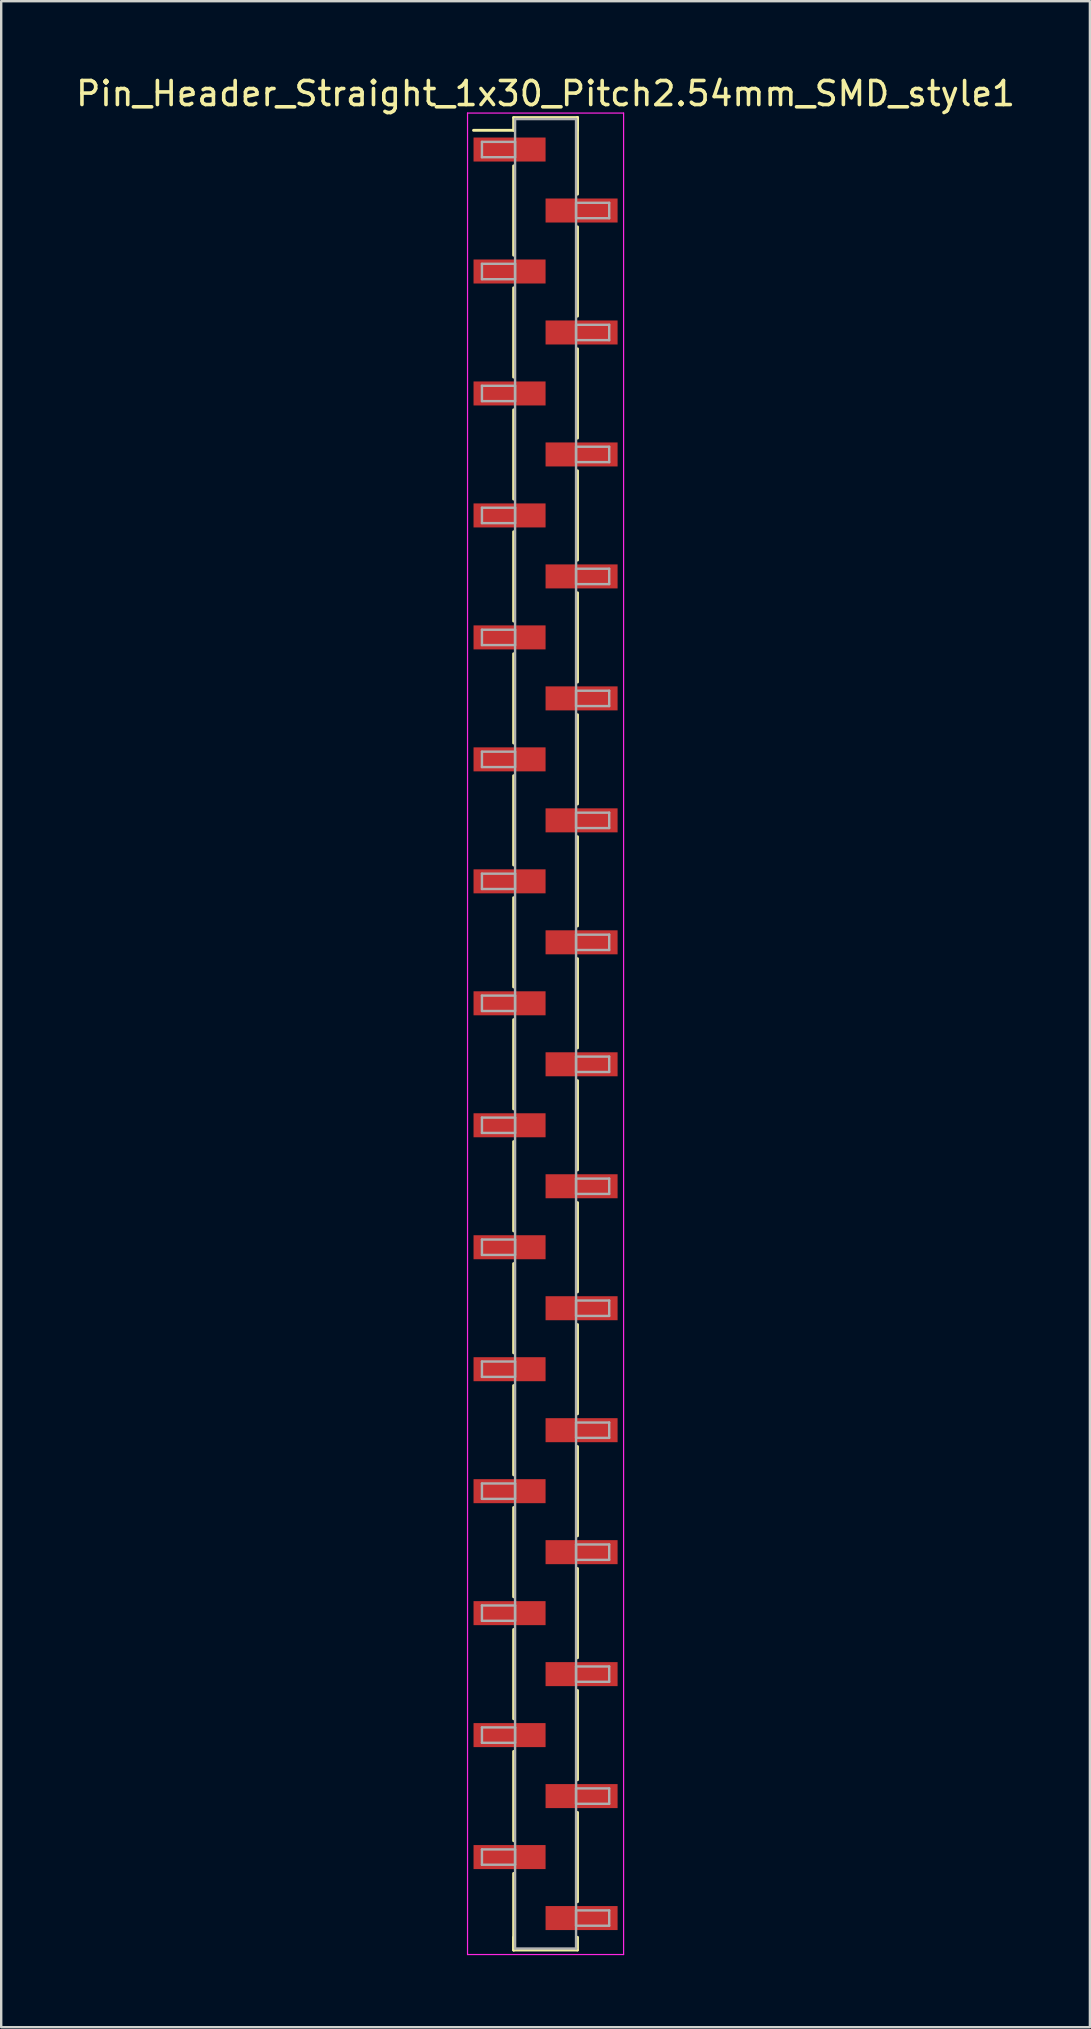
<source format=kicad_pcb>
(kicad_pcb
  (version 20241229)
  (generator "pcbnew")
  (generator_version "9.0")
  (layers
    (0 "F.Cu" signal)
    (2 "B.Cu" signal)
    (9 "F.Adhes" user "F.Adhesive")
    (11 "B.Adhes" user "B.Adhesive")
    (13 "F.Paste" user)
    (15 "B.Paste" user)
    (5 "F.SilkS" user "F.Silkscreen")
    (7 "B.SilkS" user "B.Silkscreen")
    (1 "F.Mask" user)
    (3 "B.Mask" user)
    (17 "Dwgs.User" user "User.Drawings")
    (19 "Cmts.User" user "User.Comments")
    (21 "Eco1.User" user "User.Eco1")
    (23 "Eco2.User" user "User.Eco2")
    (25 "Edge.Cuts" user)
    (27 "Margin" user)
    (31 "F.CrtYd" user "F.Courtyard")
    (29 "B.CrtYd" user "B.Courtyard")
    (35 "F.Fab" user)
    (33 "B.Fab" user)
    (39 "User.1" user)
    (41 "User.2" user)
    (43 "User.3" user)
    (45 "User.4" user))
  (footprint "Pin_Header_Straight_1x30_Pitch2.54mm_SMD_style1"
    (layer "F.Cu")
    (at 19.673 40.008)
    (property "Reference" "Pin_Header_Straight_1x30_Pitch2.54mm_SMD_style1" (at 0 -39.16 0) (layer "F.SilkS") (effects (font (size 1 1) (thickness 0.15))))
    (attr smd)
    (fp_line (start -1.33 -38.16) (end 1.33 -38.16) (stroke (width 0.12) (type solid)) (layer "F.SilkS"))
    (fp_line (start -1.33 -37.63) (end -3 -37.63) (stroke (width 0.12) (type solid)) (layer "F.SilkS"))
    (fp_line (start -1.33 -37.63) (end -1.33 -38.16) (stroke (width 0.12) (type solid)) (layer "F.SilkS"))
    (fp_line (start -1.33 -36.15) (end -1.33 -32.43) (stroke (width 0.12) (type solid)) (layer "F.SilkS"))
    (fp_line (start -1.33 -31.07) (end -1.33 -27.35) (stroke (width 0.12) (type solid)) (layer "F.SilkS"))
    (fp_line (start -1.33 -25.99) (end -1.33 -22.27) (stroke (width 0.12) (type solid)) (layer "F.SilkS"))
    (fp_line (start -1.33 -20.91) (end -1.33 -17.19) (stroke (width 0.12) (type solid)) (layer "F.SilkS"))
    (fp_line (start -1.33 -15.83) (end -1.33 -12.11) (stroke (width 0.12) (type solid)) (layer "F.SilkS"))
    (fp_line (start -1.33 -10.75) (end -1.33 -7.03) (stroke (width 0.12) (type solid)) (layer "F.SilkS"))
    (fp_line (start -1.33 -5.67) (end -1.33 -1.95) (stroke (width 0.12) (type solid)) (layer "F.SilkS"))
    (fp_line (start -1.33 -0.59) (end -1.33 3.13) (stroke (width 0.12) (type solid)) (layer "F.SilkS"))
    (fp_line (start -1.33 4.49) (end -1.33 8.21) (stroke (width 0.12) (type solid)) (layer "F.SilkS"))
    (fp_line (start -1.33 9.57) (end -1.33 13.29) (stroke (width 0.12) (type solid)) (layer "F.SilkS"))
    (fp_line (start -1.33 14.65) (end -1.33 18.37) (stroke (width 0.12) (type solid)) (layer "F.SilkS"))
    (fp_line (start -1.33 19.73) (end -1.33 23.45) (stroke (width 0.12) (type solid)) (layer "F.SilkS"))
    (fp_line (start -1.33 24.81) (end -1.33 28.53) (stroke (width 0.12) (type solid)) (layer "F.SilkS"))
    (fp_line (start -1.33 29.89) (end -1.33 33.61) (stroke (width 0.12) (type solid)) (layer "F.SilkS"))
    (fp_line (start -1.33 34.97) (end -1.33 38.16) (stroke (width 0.12) (type solid)) (layer "F.SilkS"))
    (fp_line (start -1.33 37.63) (end -1.33 38.16) (stroke (width 0.12) (type solid)) (layer "F.SilkS"))
    (fp_line (start -1.33 38.16) (end 1.33 38.16) (stroke (width 0.12) (type solid)) (layer "F.SilkS"))
    (fp_line (start 1.33 -38.16) (end 1.33 -37.63) (stroke (width 0.12) (type solid)) (layer "F.SilkS"))
    (fp_line (start 1.33 -38.16) (end 1.33 -34.97) (stroke (width 0.12) (type solid)) (layer "F.SilkS"))
    (fp_line (start 1.33 -33.61) (end 1.33 -29.89) (stroke (width 0.12) (type solid)) (layer "F.SilkS"))
    (fp_line (start 1.33 -28.53) (end 1.33 -24.81) (stroke (width 0.12) (type solid)) (layer "F.SilkS"))
    (fp_line (start 1.33 -23.45) (end 1.33 -19.73) (stroke (width 0.12) (type solid)) (layer "F.SilkS"))
    (fp_line (start 1.33 -18.37) (end 1.33 -14.65) (stroke (width 0.12) (type solid)) (layer "F.SilkS"))
    (fp_line (start 1.33 -13.29) (end 1.33 -9.57) (stroke (width 0.12) (type solid)) (layer "F.SilkS"))
    (fp_line (start 1.33 -8.21) (end 1.33 -4.49) (stroke (width 0.12) (type solid)) (layer "F.SilkS"))
    (fp_line (start 1.33 -3.13) (end 1.33 0.59) (stroke (width 0.12) (type solid)) (layer "F.SilkS"))
    (fp_line (start 1.33 1.95) (end 1.33 5.67) (stroke (width 0.12) (type solid)) (layer "F.SilkS"))
    (fp_line (start 1.33 7.03) (end 1.33 10.75) (stroke (width 0.12) (type solid)) (layer "F.SilkS"))
    (fp_line (start 1.33 12.11) (end 1.33 15.83) (stroke (width 0.12) (type solid)) (layer "F.SilkS"))
    (fp_line (start 1.33 17.19) (end 1.33 20.91) (stroke (width 0.12) (type solid)) (layer "F.SilkS"))
    (fp_line (start 1.33 22.27) (end 1.33 25.99) (stroke (width 0.12) (type solid)) (layer "F.SilkS"))
    (fp_line (start 1.33 27.35) (end 1.33 31.07) (stroke (width 0.12) (type solid)) (layer "F.SilkS"))
    (fp_line (start 1.33 32.43) (end 1.33 36.15) (stroke (width 0.12) (type solid)) (layer "F.SilkS"))
    (fp_line (start 1.33 38.16) (end 1.33 37.63) (stroke (width 0.12) (type solid)) (layer "F.SilkS"))
    (fp_line (start -3.25 -38.35) (end -3.25 38.35) (stroke (width 0.05) (type solid)) (layer "F.CrtYd"))
    (fp_line (start -3.25 38.35) (end 3.25 38.35) (stroke (width 0.05) (type solid)) (layer "F.CrtYd"))
    (fp_line (start 3.25 -38.35) (end -3.25 -38.35) (stroke (width 0.05) (type solid)) (layer "F.CrtYd"))
    (fp_line (start 3.25 38.35) (end 3.25 -38.35) (stroke (width 0.05) (type solid)) (layer "F.CrtYd"))
    (fp_line (start -2.65 -37.15) (end -1.27 -37.15) (stroke (width 0.1) (type solid)) (layer "F.Fab"))
    (fp_line (start -2.65 -36.51) (end -2.65 -37.15) (stroke (width 0.1) (type solid)) (layer "F.Fab"))
    (fp_line (start -2.65 -32.07) (end -1.27 -32.07) (stroke (width 0.1) (type solid)) (layer "F.Fab"))
    (fp_line (start -2.65 -31.43) (end -2.65 -32.07) (stroke (width 0.1) (type solid)) (layer "F.Fab"))
    (fp_line (start -2.65 -26.99) (end -1.27 -26.99) (stroke (width 0.1) (type solid)) (layer "F.Fab"))
    (fp_line (start -2.65 -26.35) (end -2.65 -26.99) (stroke (width 0.1) (type solid)) (layer "F.Fab"))
    (fp_line (start -2.65 -21.91) (end -1.27 -21.91) (stroke (width 0.1) (type solid)) (layer "F.Fab"))
    (fp_line (start -2.65 -21.27) (end -2.65 -21.91) (stroke (width 0.1) (type solid)) (layer "F.Fab"))
    (fp_line (start -2.65 -16.83) (end -1.27 -16.83) (stroke (width 0.1) (type solid)) (layer "F.Fab"))
    (fp_line (start -2.65 -16.19) (end -2.65 -16.83) (stroke (width 0.1) (type solid)) (layer "F.Fab"))
    (fp_line (start -2.65 -11.75) (end -1.27 -11.75) (stroke (width 0.1) (type solid)) (layer "F.Fab"))
    (fp_line (start -2.65 -11.11) (end -2.65 -11.75) (stroke (width 0.1) (type solid)) (layer "F.Fab"))
    (fp_line (start -2.65 -6.67) (end -1.27 -6.67) (stroke (width 0.1) (type solid)) (layer "F.Fab"))
    (fp_line (start -2.65 -6.03) (end -2.65 -6.67) (stroke (width 0.1) (type solid)) (layer "F.Fab"))
    (fp_line (start -2.65 -1.59) (end -1.27 -1.59) (stroke (width 0.1) (type solid)) (layer "F.Fab"))
    (fp_line (start -2.65 -0.95) (end -2.65 -1.59) (stroke (width 0.1) (type solid)) (layer "F.Fab"))
    (fp_line (start -2.65 3.49) (end -1.27 3.49) (stroke (width 0.1) (type solid)) (layer "F.Fab"))
    (fp_line (start -2.65 4.13) (end -2.65 3.49) (stroke (width 0.1) (type solid)) (layer "F.Fab"))
    (fp_line (start -2.65 8.57) (end -1.27 8.57) (stroke (width 0.1) (type solid)) (layer "F.Fab"))
    (fp_line (start -2.65 9.21) (end -2.65 8.57) (stroke (width 0.1) (type solid)) (layer "F.Fab"))
    (fp_line (start -2.65 13.65) (end -1.27 13.65) (stroke (width 0.1) (type solid)) (layer "F.Fab"))
    (fp_line (start -2.65 14.29) (end -2.65 13.65) (stroke (width 0.1) (type solid)) (layer "F.Fab"))
    (fp_line (start -2.65 18.73) (end -1.27 18.73) (stroke (width 0.1) (type solid)) (layer "F.Fab"))
    (fp_line (start -2.65 19.37) (end -2.65 18.73) (stroke (width 0.1) (type solid)) (layer "F.Fab"))
    (fp_line (start -2.65 23.81) (end -1.27 23.81) (stroke (width 0.1) (type solid)) (layer "F.Fab"))
    (fp_line (start -2.65 24.45) (end -2.65 23.81) (stroke (width 0.1) (type solid)) (layer "F.Fab"))
    (fp_line (start -2.65 28.89) (end -1.27 28.89) (stroke (width 0.1) (type solid)) (layer "F.Fab"))
    (fp_line (start -2.65 29.53) (end -2.65 28.89) (stroke (width 0.1) (type solid)) (layer "F.Fab"))
    (fp_line (start -2.65 33.97) (end -1.27 33.97) (stroke (width 0.1) (type solid)) (layer "F.Fab"))
    (fp_line (start -2.65 34.61) (end -2.65 33.97) (stroke (width 0.1) (type solid)) (layer "F.Fab"))
    (fp_line (start -1.27 -38.1) (end -1.27 38.1) (stroke (width 0.1) (type solid)) (layer "F.Fab"))
    (fp_line (start -1.27 -37.15) (end -1.27 -36.51) (stroke (width 0.1) (type solid)) (layer "F.Fab"))
    (fp_line (start -1.27 -36.51) (end -2.65 -36.51) (stroke (width 0.1) (type solid)) (layer "F.Fab"))
    (fp_line (start -1.27 -32.07) (end -1.27 -31.43) (stroke (width 0.1) (type solid)) (layer "F.Fab"))
    (fp_line (start -1.27 -31.43) (end -2.65 -31.43) (stroke (width 0.1) (type solid)) (layer "F.Fab"))
    (fp_line (start -1.27 -26.99) (end -1.27 -26.35) (stroke (width 0.1) (type solid)) (layer "F.Fab"))
    (fp_line (start -1.27 -26.35) (end -2.65 -26.35) (stroke (width 0.1) (type solid)) (layer "F.Fab"))
    (fp_line (start -1.27 -21.91) (end -1.27 -21.27) (stroke (width 0.1) (type solid)) (layer "F.Fab"))
    (fp_line (start -1.27 -21.27) (end -2.65 -21.27) (stroke (width 0.1) (type solid)) (layer "F.Fab"))
    (fp_line (start -1.27 -16.83) (end -1.27 -16.19) (stroke (width 0.1) (type solid)) (layer "F.Fab"))
    (fp_line (start -1.27 -16.19) (end -2.65 -16.19) (stroke (width 0.1) (type solid)) (layer "F.Fab"))
    (fp_line (start -1.27 -11.75) (end -1.27 -11.11) (stroke (width 0.1) (type solid)) (layer "F.Fab"))
    (fp_line (start -1.27 -11.11) (end -2.65 -11.11) (stroke (width 0.1) (type solid)) (layer "F.Fab"))
    (fp_line (start -1.27 -6.67) (end -1.27 -6.03) (stroke (width 0.1) (type solid)) (layer "F.Fab"))
    (fp_line (start -1.27 -6.03) (end -2.65 -6.03) (stroke (width 0.1) (type solid)) (layer "F.Fab"))
    (fp_line (start -1.27 -1.59) (end -1.27 -0.95) (stroke (width 0.1) (type solid)) (layer "F.Fab"))
    (fp_line (start -1.27 -0.95) (end -2.65 -0.95) (stroke (width 0.1) (type solid)) (layer "F.Fab"))
    (fp_line (start -1.27 3.49) (end -1.27 4.13) (stroke (width 0.1) (type solid)) (layer "F.Fab"))
    (fp_line (start -1.27 4.13) (end -2.65 4.13) (stroke (width 0.1) (type solid)) (layer "F.Fab"))
    (fp_line (start -1.27 8.57) (end -1.27 9.21) (stroke (width 0.1) (type solid)) (layer "F.Fab"))
    (fp_line (start -1.27 9.21) (end -2.65 9.21) (stroke (width 0.1) (type solid)) (layer "F.Fab"))
    (fp_line (start -1.27 13.65) (end -1.27 14.29) (stroke (width 0.1) (type solid)) (layer "F.Fab"))
    (fp_line (start -1.27 14.29) (end -2.65 14.29) (stroke (width 0.1) (type solid)) (layer "F.Fab"))
    (fp_line (start -1.27 18.73) (end -1.27 19.37) (stroke (width 0.1) (type solid)) (layer "F.Fab"))
    (fp_line (start -1.27 19.37) (end -2.65 19.37) (stroke (width 0.1) (type solid)) (layer "F.Fab"))
    (fp_line (start -1.27 23.81) (end -1.27 24.45) (stroke (width 0.1) (type solid)) (layer "F.Fab"))
    (fp_line (start -1.27 24.45) (end -2.65 24.45) (stroke (width 0.1) (type solid)) (layer "F.Fab"))
    (fp_line (start -1.27 28.89) (end -1.27 29.53) (stroke (width 0.1) (type solid)) (layer "F.Fab"))
    (fp_line (start -1.27 29.53) (end -2.65 29.53) (stroke (width 0.1) (type solid)) (layer "F.Fab"))
    (fp_line (start -1.27 33.97) (end -1.27 34.61) (stroke (width 0.1) (type solid)) (layer "F.Fab"))
    (fp_line (start -1.27 34.61) (end -2.65 34.61) (stroke (width 0.1) (type solid)) (layer "F.Fab"))
    (fp_line (start -1.27 38.1) (end 1.27 38.1) (stroke (width 0.1) (type solid)) (layer "F.Fab"))
    (fp_line (start 1.27 -38.1) (end -1.27 -38.1) (stroke (width 0.1) (type solid)) (layer "F.Fab"))
    (fp_line (start 1.27 -34.61) (end 1.27 -33.97) (stroke (width 0.1) (type solid)) (layer "F.Fab"))
    (fp_line (start 1.27 -33.97) (end 2.65 -33.97) (stroke (width 0.1) (type solid)) (layer "F.Fab"))
    (fp_line (start 1.27 -29.53) (end 1.27 -28.89) (stroke (width 0.1) (type solid)) (layer "F.Fab"))
    (fp_line (start 1.27 -28.89) (end 2.65 -28.89) (stroke (width 0.1) (type solid)) (layer "F.Fab"))
    (fp_line (start 1.27 -24.45) (end 1.27 -23.81) (stroke (width 0.1) (type solid)) (layer "F.Fab"))
    (fp_line (start 1.27 -23.81) (end 2.65 -23.81) (stroke (width 0.1) (type solid)) (layer "F.Fab"))
    (fp_line (start 1.27 -19.37) (end 1.27 -18.73) (stroke (width 0.1) (type solid)) (layer "F.Fab"))
    (fp_line (start 1.27 -18.73) (end 2.65 -18.73) (stroke (width 0.1) (type solid)) (layer "F.Fab"))
    (fp_line (start 1.27 -14.29) (end 1.27 -13.65) (stroke (width 0.1) (type solid)) (layer "F.Fab"))
    (fp_line (start 1.27 -13.65) (end 2.65 -13.65) (stroke (width 0.1) (type solid)) (layer "F.Fab"))
    (fp_line (start 1.27 -9.21) (end 1.27 -8.57) (stroke (width 0.1) (type solid)) (layer "F.Fab"))
    (fp_line (start 1.27 -8.57) (end 2.65 -8.57) (stroke (width 0.1) (type solid)) (layer "F.Fab"))
    (fp_line (start 1.27 -4.13) (end 1.27 -3.49) (stroke (width 0.1) (type solid)) (layer "F.Fab"))
    (fp_line (start 1.27 -3.49) (end 2.65 -3.49) (stroke (width 0.1) (type solid)) (layer "F.Fab"))
    (fp_line (start 1.27 0.95) (end 1.27 1.59) (stroke (width 0.1) (type solid)) (layer "F.Fab"))
    (fp_line (start 1.27 1.59) (end 2.65 1.59) (stroke (width 0.1) (type solid)) (layer "F.Fab"))
    (fp_line (start 1.27 6.03) (end 1.27 6.67) (stroke (width 0.1) (type solid)) (layer "F.Fab"))
    (fp_line (start 1.27 6.67) (end 2.65 6.67) (stroke (width 0.1) (type solid)) (layer "F.Fab"))
    (fp_line (start 1.27 11.11) (end 1.27 11.75) (stroke (width 0.1) (type solid)) (layer "F.Fab"))
    (fp_line (start 1.27 11.75) (end 2.65 11.75) (stroke (width 0.1) (type solid)) (layer "F.Fab"))
    (fp_line (start 1.27 16.19) (end 1.27 16.83) (stroke (width 0.1) (type solid)) (layer "F.Fab"))
    (fp_line (start 1.27 16.83) (end 2.65 16.83) (stroke (width 0.1) (type solid)) (layer "F.Fab"))
    (fp_line (start 1.27 21.27) (end 1.27 21.91) (stroke (width 0.1) (type solid)) (layer "F.Fab"))
    (fp_line (start 1.27 21.91) (end 2.65 21.91) (stroke (width 0.1) (type solid)) (layer "F.Fab"))
    (fp_line (start 1.27 26.35) (end 1.27 26.99) (stroke (width 0.1) (type solid)) (layer "F.Fab"))
    (fp_line (start 1.27 26.99) (end 2.65 26.99) (stroke (width 0.1) (type solid)) (layer "F.Fab"))
    (fp_line (start 1.27 31.43) (end 1.27 32.07) (stroke (width 0.1) (type solid)) (layer "F.Fab"))
    (fp_line (start 1.27 32.07) (end 2.65 32.07) (stroke (width 0.1) (type solid)) (layer "F.Fab"))
    (fp_line (start 1.27 36.51) (end 1.27 37.15) (stroke (width 0.1) (type solid)) (layer "F.Fab"))
    (fp_line (start 1.27 37.15) (end 2.65 37.15) (stroke (width 0.1) (type solid)) (layer "F.Fab"))
    (fp_line (start 1.27 38.1) (end 1.27 -38.1) (stroke (width 0.1) (type solid)) (layer "F.Fab"))
    (fp_line (start 2.65 -34.61) (end 1.27 -34.61) (stroke (width 0.1) (type solid)) (layer "F.Fab"))
    (fp_line (start 2.65 -33.97) (end 2.65 -34.61) (stroke (width 0.1) (type solid)) (layer "F.Fab"))
    (fp_line (start 2.65 -29.53) (end 1.27 -29.53) (stroke (width 0.1) (type solid)) (layer "F.Fab"))
    (fp_line (start 2.65 -28.89) (end 2.65 -29.53) (stroke (width 0.1) (type solid)) (layer "F.Fab"))
    (fp_line (start 2.65 -24.45) (end 1.27 -24.45) (stroke (width 0.1) (type solid)) (layer "F.Fab"))
    (fp_line (start 2.65 -23.81) (end 2.65 -24.45) (stroke (width 0.1) (type solid)) (layer "F.Fab"))
    (fp_line (start 2.65 -19.37) (end 1.27 -19.37) (stroke (width 0.1) (type solid)) (layer "F.Fab"))
    (fp_line (start 2.65 -18.73) (end 2.65 -19.37) (stroke (width 0.1) (type solid)) (layer "F.Fab"))
    (fp_line (start 2.65 -14.29) (end 1.27 -14.29) (stroke (width 0.1) (type solid)) (layer "F.Fab"))
    (fp_line (start 2.65 -13.65) (end 2.65 -14.29) (stroke (width 0.1) (type solid)) (layer "F.Fab"))
    (fp_line (start 2.65 -9.21) (end 1.27 -9.21) (stroke (width 0.1) (type solid)) (layer "F.Fab"))
    (fp_line (start 2.65 -8.57) (end 2.65 -9.21) (stroke (width 0.1) (type solid)) (layer "F.Fab"))
    (fp_line (start 2.65 -4.13) (end 1.27 -4.13) (stroke (width 0.1) (type solid)) (layer "F.Fab"))
    (fp_line (start 2.65 -3.49) (end 2.65 -4.13) (stroke (width 0.1) (type solid)) (layer "F.Fab"))
    (fp_line (start 2.65 0.95) (end 1.27 0.95) (stroke (width 0.1) (type solid)) (layer "F.Fab"))
    (fp_line (start 2.65 1.59) (end 2.65 0.95) (stroke (width 0.1) (type solid)) (layer "F.Fab"))
    (fp_line (start 2.65 6.03) (end 1.27 6.03) (stroke (width 0.1) (type solid)) (layer "F.Fab"))
    (fp_line (start 2.65 6.67) (end 2.65 6.03) (stroke (width 0.1) (type solid)) (layer "F.Fab"))
    (fp_line (start 2.65 11.11) (end 1.27 11.11) (stroke (width 0.1) (type solid)) (layer "F.Fab"))
    (fp_line (start 2.65 11.75) (end 2.65 11.11) (stroke (width 0.1) (type solid)) (layer "F.Fab"))
    (fp_line (start 2.65 16.19) (end 1.27 16.19) (stroke (width 0.1) (type solid)) (layer "F.Fab"))
    (fp_line (start 2.65 16.83) (end 2.65 16.19) (stroke (width 0.1) (type solid)) (layer "F.Fab"))
    (fp_line (start 2.65 21.27) (end 1.27 21.27) (stroke (width 0.1) (type solid)) (layer "F.Fab"))
    (fp_line (start 2.65 21.91) (end 2.65 21.27) (stroke (width 0.1) (type solid)) (layer "F.Fab"))
    (fp_line (start 2.65 26.35) (end 1.27 26.35) (stroke (width 0.1) (type solid)) (layer "F.Fab"))
    (fp_line (start 2.65 26.99) (end 2.65 26.35) (stroke (width 0.1) (type solid)) (layer "F.Fab"))
    (fp_line (start 2.65 31.43) (end 1.27 31.43) (stroke (width 0.1) (type solid)) (layer "F.Fab"))
    (fp_line (start 2.65 32.07) (end 2.65 31.43) (stroke (width 0.1) (type solid)) (layer "F.Fab"))
    (fp_line (start 2.65 36.51) (end 1.27 36.51) (stroke (width 0.1) (type solid)) (layer "F.Fab"))
    (fp_line (start 2.65 37.15) (end 2.65 36.51) (stroke (width 0.1) (type solid)) (layer "F.Fab"))
    (pad "1" smd rect (at -1.5 -36.83) (size 3 1) (layers "F.Cu" "F.Mask"))
    (pad "2" smd rect (at 1.5 -34.29) (size 3 1) (layers "F.Cu" "F.Mask"))
    (pad "3" smd rect (at -1.5 -31.75) (size 3 1) (layers "F.Cu" "F.Mask"))
    (pad "4" smd rect (at 1.5 -29.21) (size 3 1) (layers "F.Cu" "F.Mask"))
    (pad "5" smd rect (at -1.5 -26.67) (size 3 1) (layers "F.Cu" "F.Mask"))
    (pad "6" smd rect (at 1.5 -24.13) (size 3 1) (layers "F.Cu" "F.Mask"))
    (pad "7" smd rect (at -1.5 -21.59) (size 3 1) (layers "F.Cu" "F.Mask"))
    (pad "8" smd rect (at 1.5 -19.05) (size 3 1) (layers "F.Cu" "F.Mask"))
    (pad "9" smd rect (at -1.5 -16.51) (size 3 1) (layers "F.Cu" "F.Mask"))
    (pad "10" smd rect (at 1.5 -13.97) (size 3 1) (layers "F.Cu" "F.Mask"))
    (pad "11" smd rect (at -1.5 -11.43) (size 3 1) (layers "F.Cu" "F.Mask"))
    (pad "12" smd rect (at 1.5 -8.89) (size 3 1) (layers "F.Cu" "F.Mask"))
    (pad "13" smd rect (at -1.5 -6.35) (size 3 1) (layers "F.Cu" "F.Mask"))
    (pad "14" smd rect (at 1.5 -3.81) (size 3 1) (layers "F.Cu" "F.Mask"))
    (pad "15" smd rect (at -1.5 -1.27) (size 3 1) (layers "F.Cu" "F.Mask"))
    (pad "16" smd rect (at 1.5 1.27) (size 3 1) (layers "F.Cu" "F.Mask"))
    (pad "17" smd rect (at -1.5 3.81) (size 3 1) (layers "F.Cu" "F.Mask"))
    (pad "18" smd rect (at 1.5 6.35) (size 3 1) (layers "F.Cu" "F.Mask"))
    (pad "19" smd rect (at -1.5 8.89) (size 3 1) (layers "F.Cu" "F.Mask"))
    (pad "20" smd rect (at 1.5 11.43) (size 3 1) (layers "F.Cu" "F.Mask"))
    (pad "21" smd rect (at -1.5 13.97) (size 3 1) (layers "F.Cu" "F.Mask"))
    (pad "22" smd rect (at 1.5 16.51) (size 3 1) (layers "F.Cu" "F.Mask"))
    (pad "23" smd rect (at -1.5 19.05) (size 3 1) (layers "F.Cu" "F.Mask"))
    (pad "24" smd rect (at 1.5 21.59) (size 3 1) (layers "F.Cu" "F.Mask"))
    (pad "25" smd rect (at -1.5 24.13) (size 3 1) (layers "F.Cu" "F.Mask"))
    (pad "26" smd rect (at 1.5 26.67) (size 3 1) (layers "F.Cu" "F.Mask"))
    (pad "27" smd rect (at -1.5 29.21) (size 3 1) (layers "F.Cu" "F.Mask"))
    (pad "28" smd rect (at 1.5 31.75) (size 3 1) (layers "F.Cu" "F.Mask"))
    (pad "29" smd rect (at -1.5 34.29) (size 3 1) (layers "F.Cu" "F.Mask"))
    (pad "30" smd rect (at 1.5 36.83) (size 3 1) (layers "F.Cu" "F.Mask")))
  (gr_rect
    (start -3 -3)
    (end 42.345 81.383)
    (stroke (width 0.1) (type default))
    (fill no)
    (layer "Edge.Cuts")))
</source>
